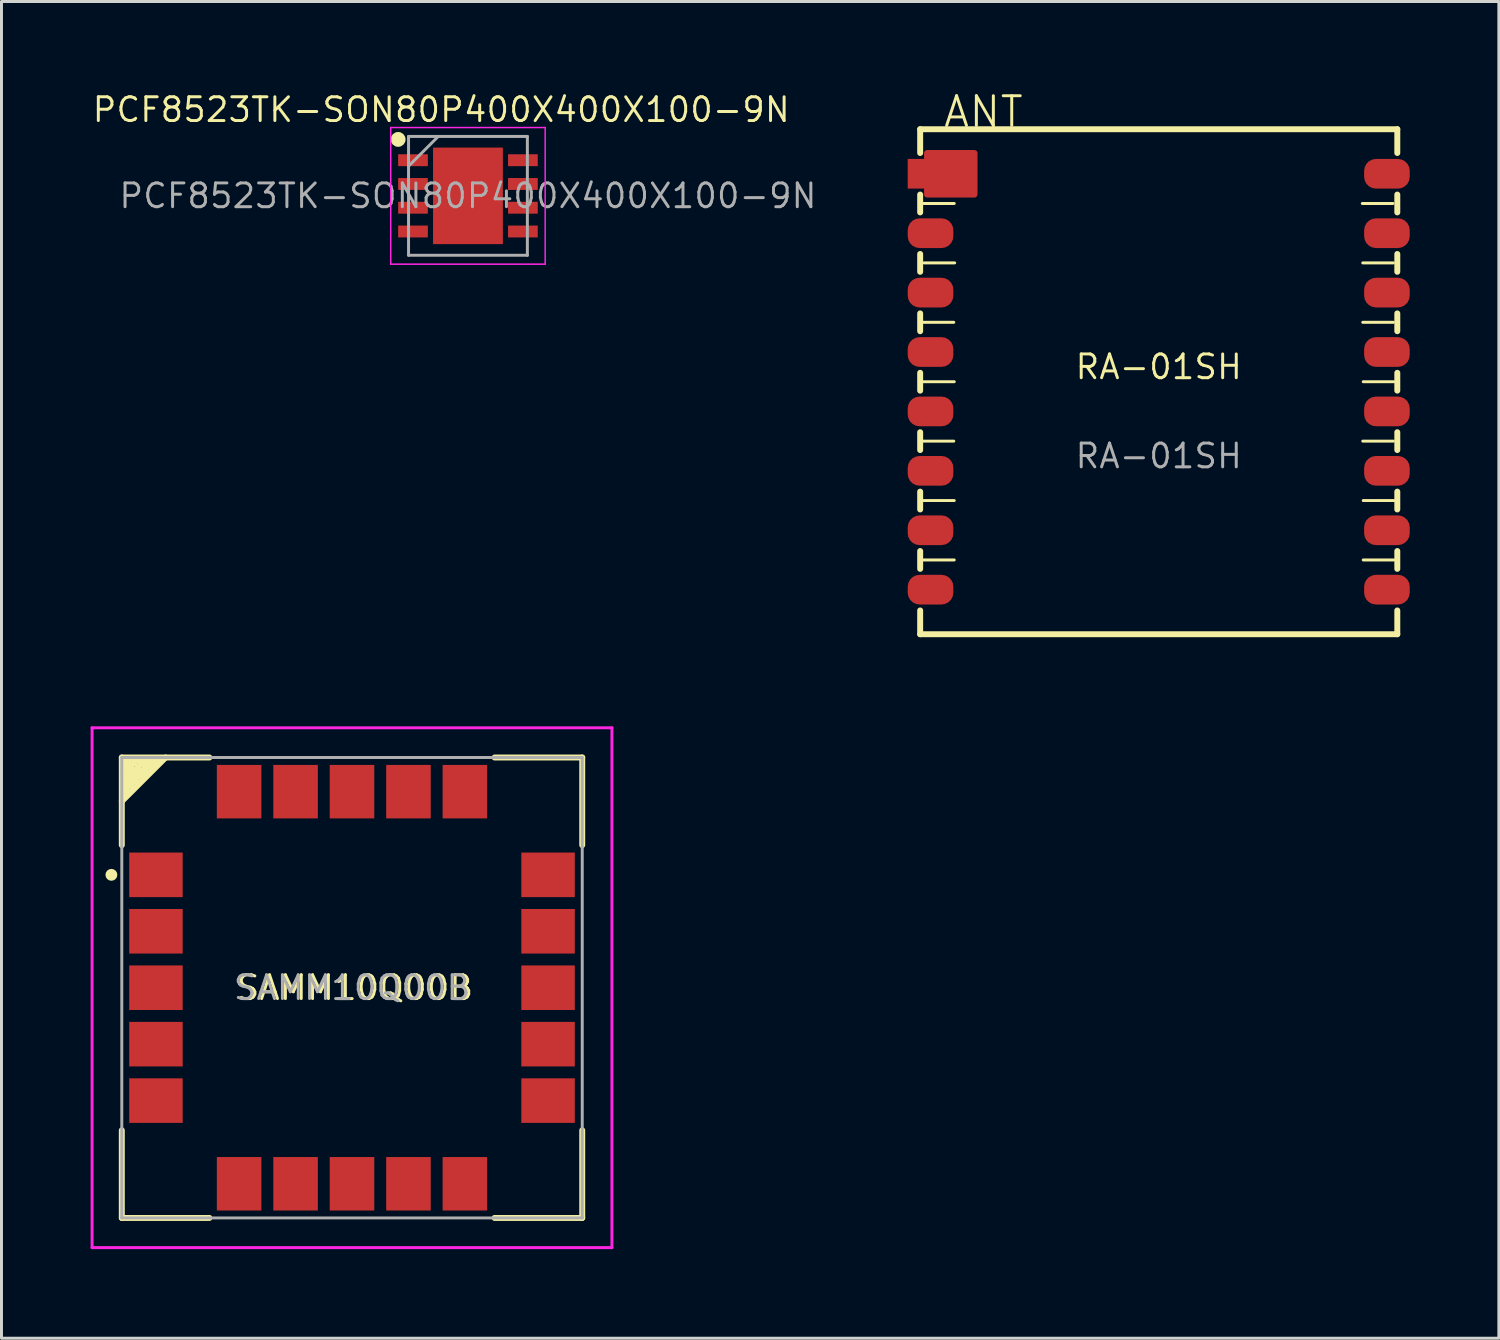
<source format=kicad_pcb>
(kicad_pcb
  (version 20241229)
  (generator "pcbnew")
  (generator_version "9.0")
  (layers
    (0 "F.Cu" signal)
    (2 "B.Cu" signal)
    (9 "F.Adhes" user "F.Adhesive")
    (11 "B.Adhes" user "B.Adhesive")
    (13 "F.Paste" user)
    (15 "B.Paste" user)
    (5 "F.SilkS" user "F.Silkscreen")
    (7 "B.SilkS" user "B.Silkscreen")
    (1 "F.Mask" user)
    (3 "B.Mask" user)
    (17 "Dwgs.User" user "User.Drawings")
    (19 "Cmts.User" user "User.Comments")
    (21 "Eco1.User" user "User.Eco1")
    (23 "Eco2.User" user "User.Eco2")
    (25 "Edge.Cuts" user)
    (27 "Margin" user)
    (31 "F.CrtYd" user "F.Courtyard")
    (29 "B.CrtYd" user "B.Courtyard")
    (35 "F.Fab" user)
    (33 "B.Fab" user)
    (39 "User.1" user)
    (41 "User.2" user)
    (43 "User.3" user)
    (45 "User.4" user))
  (footprint "PCF8523TK-SON80P400X400X100-9N"
    (layer "F.Cu")
    (at 12.703 3.543)
    (property "Reference" "PCF8523TK-SON80P400X400X100-9N" (at -0.9 -2.9 0) (layer "F.SilkS") (effects (font (size 0.8 0.8) (thickness 0.1))))
    (attr smd)
    (fp_circle (center -2.35 -1.9) (end -2.35 -1.775) (stroke (width 0.25) (type solid)) (fill no) (layer "F.SilkS"))
    (fp_line (start -2.6 -2.3) (end 2.6 -2.3) (stroke (width 0.05) (type solid)) (layer "F.CrtYd"))
    (fp_line (start -2.6 2.3) (end -2.6 -2.3) (stroke (width 0.05) (type solid)) (layer "F.CrtYd"))
    (fp_line (start 2.6 -2.3) (end 2.6 2.3) (stroke (width 0.05) (type solid)) (layer "F.CrtYd"))
    (fp_line (start 2.6 2.3) (end -2.6 2.3) (stroke (width 0.05) (type solid)) (layer "F.CrtYd"))
    (fp_line (start -2 -2) (end 2 -2) (stroke (width 0.1) (type solid)) (layer "F.Fab"))
    (fp_line (start -2 -1) (end -1 -2) (stroke (width 0.1) (type solid)) (layer "F.Fab"))
    (fp_line (start -2 2) (end -2 -2) (stroke (width 0.1) (type solid)) (layer "F.Fab"))
    (fp_line (start 2 -2) (end 2 2) (stroke (width 0.1) (type solid)) (layer "F.Fab"))
    (fp_line (start 2 2) (end -2 2) (stroke (width 0.1) (type solid)) (layer "F.Fab"))
    (fp_text user "${REFERENCE}" (at 0 0 0) (layer "F.Fab") (effects (font (size 0.8 0.8) (thickness 0.1))))
    (pad "1" smd rect (at -1.85 -1.2 90) (size 0.4 1) (layers "F.Cu" "F.Mask" "F.Paste"))
    (pad "2" smd rect (at -1.85 -0.4 90) (size 0.4 1) (layers "F.Cu" "F.Mask" "F.Paste"))
    (pad "3" smd rect (at -1.85 0.4 90) (size 0.4 1) (layers "F.Cu" "F.Mask" "F.Paste"))
    (pad "4" smd rect (at -1.85 1.2 90) (size 0.4 1) (layers "F.Cu" "F.Mask" "F.Paste"))
    (pad "5" smd rect (at 1.85 1.2 90) (size 0.4 1) (layers "F.Cu" "F.Mask" "F.Paste"))
    (pad "6" smd rect (at 1.85 0.4 90) (size 0.4 1) (layers "F.Cu" "F.Mask" "F.Paste"))
    (pad "7" smd rect (at 1.85 -0.4 90) (size 0.4 1) (layers "F.Cu" "F.Mask" "F.Paste"))
    (pad "8" smd rect (at 1.85 -1.2 90) (size 0.4 1) (layers "F.Cu" "F.Mask" "F.Paste"))
    (pad "9" smd rect (at 0 0) (size 2.35 3.25) (layers "F.Cu" "F.Mask" "F.Paste")))
  (footprint "RA-01SH"
    (layer "F.Cu")
    (at 35.957 9.8)
    (property "Reference" "RA-01SH" (at 0 -0.5 0) (unlocked yes) (layer "F.SilkS") (effects (font (size 0.8 0.8) (thickness 0.1))))
    (attr smd)
    (fp_line (start -8.031 -8.5) (end -8.031 -7.7) (stroke (width 0.2) (type default)) (layer "F.SilkS"))
    (fp_line (start -8.031 -6.3) (end -8.031 -5.7) (stroke (width 0.2) (type default)) (layer "F.SilkS"))
    (fp_line (start -8.031 -4.3) (end -8.031 -3.7) (stroke (width 0.2) (type default)) (layer "F.SilkS"))
    (fp_line (start -8.031 -2.3) (end -8.031 -1.7) (stroke (width 0.2) (type default)) (layer "F.SilkS"))
    (fp_line (start -8.031 -0.3) (end -8.031 0.3) (stroke (width 0.2) (type default)) (layer "F.SilkS"))
    (fp_line (start -8.031 1.7) (end -8.031 2.3) (stroke (width 0.2) (type default)) (layer "F.SilkS"))
    (fp_line (start -8.031 3.7) (end -8.031 4.3) (stroke (width 0.2) (type default)) (layer "F.SilkS"))
    (fp_line (start -8.031 5.7) (end -8.031 6.3) (stroke (width 0.2) (type default)) (layer "F.SilkS"))
    (fp_line (start -8.031 7.7) (end -8.031 8.5) (stroke (width 0.2) (type default)) (layer "F.SilkS"))
    (fp_line (start -8.031 8.5) (end 8.031 8.5) (stroke (width 0.2) (type default)) (layer "F.SilkS"))
    (fp_line (start -7.931 -2) (end -6.9 -2) (stroke (width 0.1) (type default)) (layer "F.SilkS"))
    (fp_line (start -7.931 2) (end -6.9 2) (stroke (width 0.1) (type default)) (layer "F.SilkS"))
    (fp_line (start -7.916 -6) (end -6.884 -6) (stroke (width 0.1) (type default)) (layer "F.SilkS"))
    (fp_line (start -7.916 0) (end -6.884 0) (stroke (width 0.1) (type default)) (layer "F.SilkS"))
    (fp_line (start -7.916 4) (end -6.884 4) (stroke (width 0.1) (type default)) (layer "F.SilkS"))
    (fp_line (start -7.916 6) (end -6.884 6) (stroke (width 0.1) (type default)) (layer "F.SilkS"))
    (fp_line (start -7.9 -4) (end -6.869 -4) (stroke (width 0.1) (type default)) (layer "F.SilkS"))
    (fp_line (start 6.853 -6) (end 7.884 -6) (stroke (width 0.1) (type default)) (layer "F.SilkS"))
    (fp_line (start 6.869 -4) (end 7.9 -4) (stroke (width 0.1) (type default)) (layer "F.SilkS"))
    (fp_line (start 6.869 -2) (end 7.9 -2) (stroke (width 0.1) (type default)) (layer "F.SilkS"))
    (fp_line (start 6.869 2) (end 7.9 2) (stroke (width 0.1) (type default)) (layer "F.SilkS"))
    (fp_line (start 6.884 0) (end 7.916 0) (stroke (width 0.1) (type default)) (layer "F.SilkS"))
    (fp_line (start 6.884 4) (end 7.916 4) (stroke (width 0.1) (type default)) (layer "F.SilkS"))
    (fp_line (start 6.884 6) (end 7.916 6) (stroke (width 0.1) (type default)) (layer "F.SilkS"))
    (fp_line (start 8.031 -8.5) (end -8.031 -8.5) (stroke (width 0.2) (type default)) (layer "F.SilkS"))
    (fp_line (start 8.031 -7.7) (end 8.031 -8.5) (stroke (width 0.2) (type default)) (layer "F.SilkS"))
    (fp_line (start 8.031 -6.3) (end 8.031 -5.7) (stroke (width 0.2) (type default)) (layer "F.SilkS"))
    (fp_line (start 8.031 -4.3) (end 8.031 -3.7) (stroke (width 0.2) (type default)) (layer "F.SilkS"))
    (fp_line (start 8.031 -2.3) (end 8.031 -1.7) (stroke (width 0.2) (type default)) (layer "F.SilkS"))
    (fp_line (start 8.031 -0.3) (end 8.031 0.3) (stroke (width 0.2) (type default)) (layer "F.SilkS"))
    (fp_line (start 8.031 1.7) (end 8.031 2.3) (stroke (width 0.2) (type default)) (layer "F.SilkS"))
    (fp_line (start 8.031 3.7) (end 8.031 4.3) (stroke (width 0.2) (type default)) (layer "F.SilkS"))
    (fp_line (start 8.031 5.7) (end 8.031 6.3) (stroke (width 0.2) (type default)) (layer "F.SilkS"))
    (fp_line (start 8.031 7.7) (end 8.031 8.5) (stroke (width 0.2) (type default)) (layer "F.SilkS"))
    (fp_text user "ANT" (at -7.3 -8.5 0) (unlocked yes) (layer "F.SilkS") (effects (font (size 1 1) (thickness 0.1)) (justify left bottom)))
    (fp_text user "${REFERENCE}" (at 0 2.5 0) (unlocked yes) (layer "F.Fab") (effects (font (size 0.8 0.8) (thickness 0.1))))
    (pad "1" smd custom (at -7.682 -7 180) (size 1.536 1) (layers "F.Cu" "F.Mask" "F.Paste") (options (anchor rect)) (primitives (gr_poly (pts (xy 0.118 0.7) (xy -1.482 0.7) (xy -1.482 -0.7) (xy 0.118 -0.7)) (width 0.2) (fill yes))))
    (pad "2" smd roundrect (at -7.682 -5 180) (size 1.536 1) (layers "F.Cu" "F.Mask" "F.Paste") (roundrect_rratio 0.4))
    (pad "3" smd roundrect (at -7.682 -3 180) (size 1.536 1) (layers "F.Cu" "F.Mask" "F.Paste") (roundrect_rratio 0.4))
    (pad "4" smd roundrect (at -7.682 -1 180) (size 1.536 1) (layers "F.Cu" "F.Mask" "F.Paste") (roundrect_rratio 0.4))
    (pad "5" smd roundrect (at -7.682 1 180) (size 1.536 1) (layers "F.Cu" "F.Mask" "F.Paste") (roundrect_rratio 0.4))
    (pad "6" smd roundrect (at -7.682 3 180) (size 1.536 1) (layers "F.Cu" "F.Mask" "F.Paste") (roundrect_rratio 0.4))
    (pad "7" smd roundrect (at -7.682 5 180) (size 1.536 1) (layers "F.Cu" "F.Mask" "F.Paste") (roundrect_rratio 0.4))
    (pad "8" smd roundrect (at -7.682 7 180) (size 1.536 1) (layers "F.Cu" "F.Mask" "F.Paste") (roundrect_rratio 0.4))
    (pad "9" smd roundrect (at 7.682 7 180) (size 1.536 1) (layers "F.Cu" "F.Mask" "F.Paste") (roundrect_rratio 0.4))
    (pad "10" smd roundrect (at 7.682 5 180) (size 1.536 1) (layers "F.Cu" "F.Mask" "F.Paste") (roundrect_rratio 0.4))
    (pad "11" smd roundrect (at 7.682 3 180) (size 1.536 1) (layers "F.Cu" "F.Mask" "F.Paste") (roundrect_rratio 0.4))
    (pad "12" smd roundrect (at 7.682 1 180) (size 1.536 1) (layers "F.Cu" "F.Mask" "F.Paste") (roundrect_rratio 0.4))
    (pad "13" smd roundrect (at 7.682 -1 180) (size 1.536 1) (layers "F.Cu" "F.Mask" "F.Paste") (roundrect_rratio 0.4))
    (pad "14" smd roundrect (at 7.682 -3 180) (size 1.536 1) (layers "F.Cu" "F.Mask" "F.Paste") (roundrect_rratio 0.4))
    (pad "15" smd roundrect (at 7.682 -5 180) (size 1.536 1) (layers "F.Cu" "F.Mask" "F.Paste") (roundrect_rratio 0.4))
    (pad "16" smd roundrect (at 7.682 -7 180) (size 1.536 1) (layers "F.Cu" "F.Mask" "F.Paste") (roundrect_rratio 0.4)))
  (footprint "SAMM10Q00B"
    (layer "F.Cu")
    (at 8.8 30.2)
    (property "Reference" "SAMM10Q00B" (at 0.1 0 0) (layer "F.SilkS") (effects (font (size 0.8 0.8) (thickness 0.1))))
    (attr smd)
    (fp_line (start -7.75 -7.75) (end -7.375 -7.5) (stroke (width 0.1) (type default)) (layer "F.SilkS"))
    (fp_line (start -7.75 -7.75) (end -6.75 -7.5) (stroke (width 0.1) (type default)) (layer "F.SilkS"))
    (fp_line (start -7.75 -7.75) (end -4.8 -7.75) (stroke (width 0.2) (type solid)) (layer "F.SilkS"))
    (fp_line (start -7.75 -7.5) (end -7.5 -7.375) (stroke (width 0.1) (type default)) (layer "F.SilkS"))
    (fp_line (start -7.75 -7.5) (end -6.638 -7.75) (stroke (width 0.1) (type default)) (layer "F.SilkS"))
    (fp_line (start -7.75 -7.25) (end -7 -7.75) (stroke (width 0.1) (type default)) (layer "F.SilkS"))
    (fp_line (start -7.75 -7) (end -7.25 -7.75) (stroke (width 0.1) (type default)) (layer "F.SilkS"))
    (fp_line (start -7.75 -6.75) (end -7.013 -7.013) (stroke (width 0.1) (type default)) (layer "F.SilkS"))
    (fp_line (start -7.75 -6.75) (end -7 -7.75) (stroke (width 0.1) (type default)) (layer "F.SilkS"))
    (fp_line (start -7.75 -6.75) (end -6.275 -7.75) (stroke (width 0.1) (type default)) (layer "F.SilkS"))
    (fp_line (start -7.75 -6.5) (end -7 -7.75) (stroke (width 0.1) (type default)) (layer "F.SilkS"))
    (fp_line (start -7.75 -6.275) (end -7 -7.75) (stroke (width 0.1) (type default)) (layer "F.SilkS"))
    (fp_line (start -7.75 -4.8) (end -7.75 -7.75) (stroke (width 0.2) (type solid)) (layer "F.SilkS"))
    (fp_line (start -7.75 4.8) (end -7.75 7.75) (stroke (width 0.2) (type solid)) (layer "F.SilkS"))
    (fp_line (start -7.75 7.75) (end -4.8 7.75) (stroke (width 0.2) (type solid)) (layer "F.SilkS"))
    (fp_line (start -7.5 -7.375) (end -7.75 -7.75) (stroke (width 0.1) (type default)) (layer "F.SilkS"))
    (fp_line (start -7.5 -7.25) (end -6.875 -7.625) (stroke (width 0.1) (type default)) (layer "F.SilkS"))
    (fp_line (start -7.5 -6.5) (end -7.75 -7.75) (stroke (width 0.1) (type default)) (layer "F.SilkS"))
    (fp_line (start -7.375 -7.5) (end -7.75 -7.5) (stroke (width 0.1) (type default)) (layer "F.SilkS"))
    (fp_line (start -7.375 -7.5) (end -7.375 -7.25) (stroke (width 0.1) (type default)) (layer "F.SilkS"))
    (fp_line (start -7.375 -7.25) (end -7.5 -7.25) (stroke (width 0.1) (type default)) (layer "F.SilkS"))
    (fp_line (start -7.375 -7.125) (end -7.013 -7.375) (stroke (width 0.1) (type default)) (layer "F.SilkS"))
    (fp_line (start -7.25 -7.75) (end -7.75 -7.5) (stroke (width 0.1) (type default)) (layer "F.SilkS"))
    (fp_line (start -7.25 -7.75) (end -7.75 -6.75) (stroke (width 0.1) (type default)) (layer "F.SilkS"))
    (fp_line (start -7.194 -7.069) (end -6.75 -7.25) (stroke (width 0.1) (type default)) (layer "F.SilkS"))
    (fp_line (start -7.013 -7.375) (end -7.194 -7.069) (stroke (width 0.1) (type default)) (layer "F.SilkS"))
    (fp_line (start -7.013 -7.25) (end -7.013 -7.013) (stroke (width 0.1) (type default)) (layer "F.SilkS"))
    (fp_line (start -7.013 -7.013) (end -7.375 -7.125) (stroke (width 0.1) (type default)) (layer "F.SilkS"))
    (fp_line (start -7.013 -7.013) (end -7 -7.75) (stroke (width 0.1) (type default)) (layer "F.SilkS"))
    (fp_line (start -7 -7.75) (end -7.75 -6.75) (stroke (width 0.1) (type default)) (layer "F.SilkS"))
    (fp_line (start -7 -7.75) (end -7.5 -6.5) (stroke (width 0.1) (type default)) (layer "F.SilkS"))
    (fp_line (start -7 -7.75) (end -7.25 -7.75) (stroke (width 0.1) (type default)) (layer "F.SilkS"))
    (fp_line (start -7 -7.75) (end -6.75 -7.5) (stroke (width 0.1) (type default)) (layer "F.SilkS"))
    (fp_line (start -7 -7.75) (end -6.275 -7.75) (stroke (width 0.1) (type default)) (layer "F.SilkS"))
    (fp_line (start -6.875 -7.625) (end -6.638 -7.75) (stroke (width 0.1) (type default)) (layer "F.SilkS"))
    (fp_line (start -6.75 -7.5) (end -7.75 -6.5) (stroke (width 0.1) (type default)) (layer "F.SilkS"))
    (fp_line (start -6.75 -7.5) (end -7.375 -7.5) (stroke (width 0.1) (type default)) (layer "F.SilkS"))
    (fp_line (start -6.75 -7.25) (end -7.013 -7.25) (stroke (width 0.1) (type default)) (layer "F.SilkS"))
    (fp_line (start -6.638 -7.75) (end -7.75 -6.75) (stroke (width 0.1) (type default)) (layer "F.SilkS"))
    (fp_line (start -6.638 -7.75) (end -7.013 -7.25) (stroke (width 0.1) (type default)) (layer "F.SilkS"))
    (fp_line (start -6.275 -7.75) (end -7.75 -7.25) (stroke (width 0.1) (type default)) (layer "F.SilkS"))
    (fp_line (start -6.275 -7.75) (end -7.75 -7) (stroke (width 0.1) (type default)) (layer "F.SilkS"))
    (fp_line (start -6.275 -7.75) (end -7.75 -6.275) (stroke (width 0.2) (type default)) (layer "F.SilkS"))
    (fp_line (start 4.8 -7.75) (end 7.75 -7.75) (stroke (width 0.2) (type solid)) (layer "F.SilkS"))
    (fp_line (start 7.75 -7.75) (end 7.75 -4.8) (stroke (width 0.2) (type solid)) (layer "F.SilkS"))
    (fp_line (start 7.75 4.8) (end 7.75 7.75) (stroke (width 0.2) (type solid)) (layer "F.SilkS"))
    (fp_line (start 7.75 7.75) (end 4.8 7.75) (stroke (width 0.2) (type solid)) (layer "F.SilkS"))
    (fp_circle (center -8.1 -3.8) (end -8.1 -3.7) (stroke (width 0.2) (type solid)) (fill no) (layer "F.SilkS"))
    (fp_line (start -8.75 -8.75) (end 8.75 -8.75) (stroke (width 0.1) (type solid)) (layer "F.CrtYd"))
    (fp_line (start -8.75 8.75) (end -8.75 -8.75) (stroke (width 0.1) (type solid)) (layer "F.CrtYd"))
    (fp_line (start 8.75 -8.75) (end 8.75 8.75) (stroke (width 0.1) (type solid)) (layer "F.CrtYd"))
    (fp_line (start 8.75 8.75) (end -8.75 8.75) (stroke (width 0.1) (type solid)) (layer "F.CrtYd"))
    (fp_line (start -7.75 -7.75) (end 7.75 -7.75) (stroke (width 0.1) (type solid)) (layer "F.Fab"))
    (fp_line (start -7.75 7.75) (end -7.75 -7.75) (stroke (width 0.1) (type solid)) (layer "F.Fab"))
    (fp_line (start 7.75 -7.75) (end 7.75 7.75) (stroke (width 0.1) (type solid)) (layer "F.Fab"))
    (fp_line (start 7.75 7.75) (end -7.75 7.75) (stroke (width 0.1) (type solid)) (layer "F.Fab"))
    (fp_text user "${REFERENCE}" (at 0 0 0) (layer "F.Fab") (effects (font (size 0.8 0.8) (thickness 0.1))))
    (pad "1" smd rect (at -6.6 -3.8 90) (size 1.5 1.8) (layers "F.Cu" "F.Mask" "F.Paste"))
    (pad "2" smd rect (at -6.6 -1.9 90) (size 1.5 1.8) (layers "F.Cu" "F.Mask" "F.Paste"))
    (pad "3" smd rect (at -6.6 0 90) (size 1.5 1.8) (layers "F.Cu" "F.Mask" "F.Paste"))
    (pad "4" smd rect (at -6.6 1.9 90) (size 1.5 1.8) (layers "F.Cu" "F.Mask" "F.Paste"))
    (pad "5" smd rect (at -6.6 3.8 90) (size 1.5 1.8) (layers "F.Cu" "F.Mask" "F.Paste"))
    (pad "6" smd rect (at -3.8 6.6) (size 1.5 1.8) (layers "F.Cu" "F.Mask" "F.Paste"))
    (pad "7" smd rect (at -1.9 6.6) (size 1.5 1.8) (layers "F.Cu" "F.Mask" "F.Paste"))
    (pad "8" smd rect (at 0 6.6) (size 1.5 1.8) (layers "F.Cu" "F.Mask" "F.Paste"))
    (pad "9" smd rect (at 1.9 6.6) (size 1.5 1.8) (layers "F.Cu" "F.Mask" "F.Paste"))
    (pad "10" smd rect (at 3.8 6.6) (size 1.5 1.8) (layers "F.Cu" "F.Mask" "F.Paste"))
    (pad "11" smd rect (at 6.6 3.8 90) (size 1.5 1.8) (layers "F.Cu" "F.Mask" "F.Paste"))
    (pad "12" smd rect (at 6.6 1.9 90) (size 1.5 1.8) (layers "F.Cu" "F.Mask" "F.Paste"))
    (pad "13" smd rect (at 6.6 0 90) (size 1.5 1.8) (layers "F.Cu" "F.Mask" "F.Paste"))
    (pad "14" smd rect (at 6.6 -1.9 90) (size 1.5 1.8) (layers "F.Cu" "F.Mask" "F.Paste"))
    (pad "15" smd rect (at 6.6 -3.8 90) (size 1.5 1.8) (layers "F.Cu" "F.Mask" "F.Paste"))
    (pad "16" smd rect (at 3.8 -6.6) (size 1.5 1.8) (layers "F.Cu" "F.Mask" "F.Paste"))
    (pad "17" smd rect (at 1.9 -6.6) (size 1.5 1.8) (layers "F.Cu" "F.Mask" "F.Paste"))
    (pad "18" smd rect (at 0 -6.6) (size 1.5 1.8) (layers "F.Cu" "F.Mask" "F.Paste"))
    (pad "19" smd rect (at -1.9 -6.6) (size 1.5 1.8) (layers "F.Cu" "F.Mask" "F.Paste"))
    (pad "20" smd rect (at -3.8 -6.6) (size 1.5 1.8) (layers "F.Cu" "F.Mask" "F.Paste")))
  (gr_rect
    (start -3 -3)
    (end 47.407 42)
    (stroke (width 0.1) (type default))
    (fill no)
    (layer "Edge.Cuts")))
</source>
